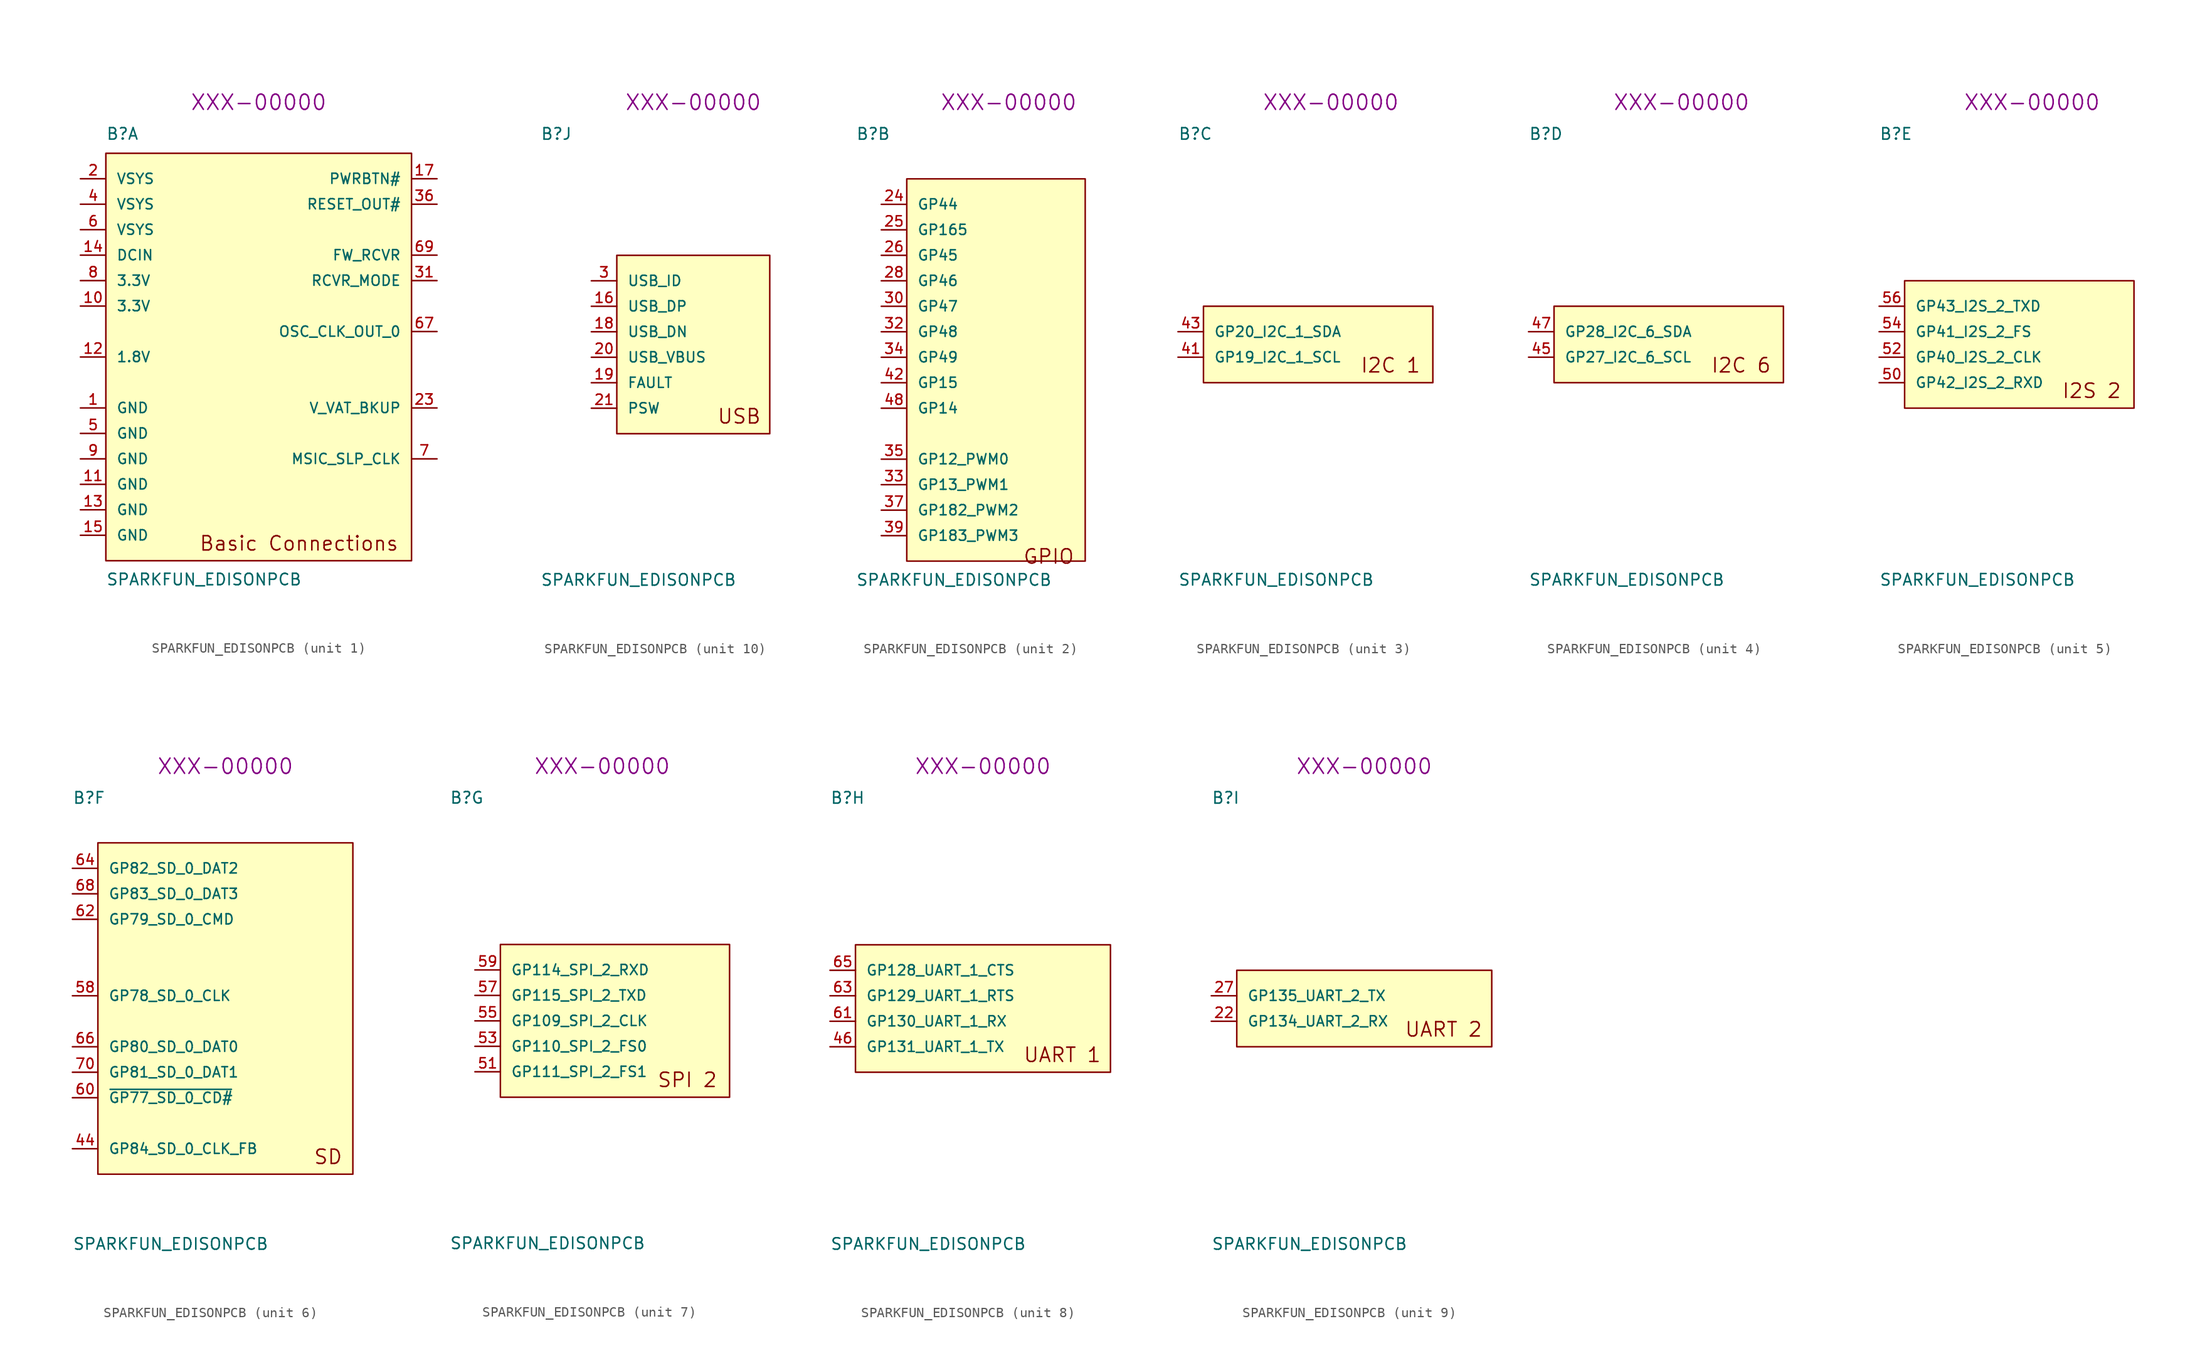
<source format=kicad_sym>
(kicad_symbol_lib
  (version 20220914)
  (generator kicad_symbol_editor)
  (symbol "SPARKFUN_EDISONPCB"
    (pin_names
      (offset 1.016))
    (property "Reference" "B"
      (at -15.24 21.59 0)
      (effects (font (size 1.143 1.143)) (justify left bottom)))
    (property "Value" "SPARKFUN_EDISONPCB"
      (at -15.24 -22.86 0)
      (effects (font (size 1.143 1.143)) (justify left bottom)))
    (property "Field4" "XXX-00000"
      (at 0 25.4 0)
      (effects (font (size 1.524 1.524))))
    (property "ki_locked" ""
      (at 0 0 0)
      (effects (font (size 1.27 1.27))))
    (symbol "SPARKFUN_EDISONPCB_1_0"
      (text "Basic Connections" (at 4.013 -18.593 0) (effects (font (size 1.422 1.422)))))
    (symbol "SPARKFUN_EDISONPCB_1_1"
      (polyline (pts (xy -15.24 20.32) (xy 15.24 20.32) (xy 15.24 -20.32) (xy -15.24 -20.32) (xy -15.24 20.32)) (stroke (width 0) (type solid)) (fill (type background)))
      (pin power_in line (at -17.78 -5.08 0) (length 2.54) (name "GND" (effects (font (size 1.016 1.016)))) (number "1" (effects (font (size 1.016 1.016)))))
      (pin power_in line (at -17.78 5.08 0) (length 2.54) (name "3.3V" (effects (font (size 1.016 1.016)))) (number "10" (effects (font (size 1.016 1.016)))))
      (pin power_in line (at -17.78 -12.7 0) (length 2.54) (name "GND" (effects (font (size 1.016 1.016)))) (number "11" (effects (font (size 1.016 1.016)))))
      (pin power_in line (at -17.78 0 0) (length 2.54) (name "1.8V" (effects (font (size 1.016 1.016)))) (number "12" (effects (font (size 1.016 1.016)))))
      (pin power_in line (at -17.78 -15.24 0) (length 2.54) (name "GND" (effects (font (size 1.016 1.016)))) (number "13" (effects (font (size 1.016 1.016)))))
      (pin power_in line (at -17.78 10.16 0) (length 2.54) (name "DCIN" (effects (font (size 1.016 1.016)))) (number "14" (effects (font (size 1.016 1.016)))))
      (pin power_in line (at -17.78 -17.78 0) (length 2.54) (name "GND" (effects (font (size 1.016 1.016)))) (number "15" (effects (font (size 1.016 1.016)))))
      (pin bidirectional line (at 17.78 17.78 180) (length 2.54) (name "PWRBTN#" (effects (font (size 1.016 1.016)))) (number "17" (effects (font (size 1.016 1.016)))))
      (pin power_in line (at -17.78 17.78 0) (length 2.54) (name "VSYS" (effects (font (size 1.016 1.016)))) (number "2" (effects (font (size 1.016 1.016)))))
      (pin power_in line (at 17.78 -5.08 180) (length 2.54) (name "V_VAT_BKUP" (effects (font (size 1.016 1.016)))) (number "23" (effects (font (size 1.016 1.016)))))
      (pin bidirectional line (at 17.78 7.62 180) (length 2.54) (name "RCVR_MODE" (effects (font (size 1.016 1.016)))) (number "31" (effects (font (size 1.016 1.016)))))
      (pin bidirectional line (at 17.78 15.24 180) (length 2.54) (name "RESET_OUT#" (effects (font (size 1.016 1.016)))) (number "36" (effects (font (size 1.016 1.016)))))
      (pin power_in line (at -17.78 15.24 0) (length 2.54) (name "VSYS" (effects (font (size 1.016 1.016)))) (number "4" (effects (font (size 1.016 1.016)))))
      (pin power_in line (at -17.78 -7.62 0) (length 2.54) (name "GND" (effects (font (size 1.016 1.016)))) (number "5" (effects (font (size 1.016 1.016)))))
      (pin power_in line (at -17.78 12.7 0) (length 2.54) (name "VSYS" (effects (font (size 1.016 1.016)))) (number "6" (effects (font (size 1.016 1.016)))))
      (pin bidirectional line (at 17.78 2.54 180) (length 2.54) (name "OSC_CLK_OUT_0" (effects (font (size 1.016 1.016)))) (number "67" (effects (font (size 1.016 1.016)))))
      (pin bidirectional line (at 17.78 10.16 180) (length 2.54) (name "FW_RCVR" (effects (font (size 1.016 1.016)))) (number "69" (effects (font (size 1.016 1.016)))))
      (pin bidirectional line (at 17.78 -10.16 180) (length 2.54) (name "MSIC_SLP_CLK" (effects (font (size 1.016 1.016)))) (number "7" (effects (font (size 1.016 1.016)))))
      (pin power_in line (at -17.78 7.62 0) (length 2.54) (name "3.3V" (effects (font (size 1.016 1.016)))) (number "8" (effects (font (size 1.016 1.016)))))
      (pin power_in line (at -17.78 -10.16 0) (length 2.54) (name "GND" (effects (font (size 1.016 1.016)))) (number "9" (effects (font (size 1.016 1.016))))))
    (symbol "SPARKFUN_EDISONPCB_2_0"
      (text "GPIO" (at 3.988 -19.863 0) (effects (font (size 1.422 1.422)))))
    (symbol "SPARKFUN_EDISONPCB_2_1"
      (polyline (pts (xy -10.16 17.78) (xy 7.62 17.78) (xy 7.62 -20.32) (xy -10.16 -20.32) (xy -10.16 17.78)) (stroke (width 0) (type solid)) (fill (type background)))
      (pin bidirectional line (at -12.7 15.24 0) (length 2.54) (name "GP44" (effects (font (size 1.016 1.016)))) (number "24" (effects (font (size 1.016 1.016)))))
      (pin bidirectional line (at -12.7 12.7 0) (length 2.54) (name "GP165" (effects (font (size 1.016 1.016)))) (number "25" (effects (font (size 1.016 1.016)))))
      (pin bidirectional line (at -12.7 10.16 0) (length 2.54) (name "GP45" (effects (font (size 1.016 1.016)))) (number "26" (effects (font (size 1.016 1.016)))))
      (pin bidirectional line (at -12.7 7.62 0) (length 2.54) (name "GP46" (effects (font (size 1.016 1.016)))) (number "28" (effects (font (size 1.016 1.016)))))
      (pin bidirectional line (at -12.7 5.08 0) (length 2.54) (name "GP47" (effects (font (size 1.016 1.016)))) (number "30" (effects (font (size 1.016 1.016)))))
      (pin bidirectional line (at -12.7 2.54 0) (length 2.54) (name "GP48" (effects (font (size 1.016 1.016)))) (number "32" (effects (font (size 1.016 1.016)))))
      (pin bidirectional line (at -12.7 -12.7 0) (length 2.54) (name "GP13_PWM1" (effects (font (size 1.016 1.016)))) (number "33" (effects (font (size 1.016 1.016)))))
      (pin bidirectional line (at -12.7 0 0) (length 2.54) (name "GP49" (effects (font (size 1.016 1.016)))) (number "34" (effects (font (size 1.016 1.016)))))
      (pin bidirectional line (at -12.7 -10.16 0) (length 2.54) (name "GP12_PWM0" (effects (font (size 1.016 1.016)))) (number "35" (effects (font (size 1.016 1.016)))))
      (pin bidirectional line (at -12.7 -15.24 0) (length 2.54) (name "GP182_PWM2" (effects (font (size 1.016 1.016)))) (number "37" (effects (font (size 1.016 1.016)))))
      (pin bidirectional line (at -12.7 -17.78 0) (length 2.54) (name "GP183_PWM3" (effects (font (size 1.016 1.016)))) (number "39" (effects (font (size 1.016 1.016)))))
      (pin bidirectional line (at -12.7 -2.54 0) (length 2.54) (name "GP15" (effects (font (size 1.016 1.016)))) (number "42" (effects (font (size 1.016 1.016)))))
      (pin bidirectional line (at -12.7 -5.08 0) (length 2.54) (name "GP14" (effects (font (size 1.016 1.016)))) (number "48" (effects (font (size 1.016 1.016))))))
    (symbol "SPARKFUN_EDISONPCB_3_0"
      (text "I2C 1" (at 5.944 -0.813 0) (effects (font (size 1.422 1.422)))))
    (symbol "SPARKFUN_EDISONPCB_3_1"
      (polyline (pts (xy -12.7 5.08) (xy 10.16 5.08) (xy 10.16 -2.54) (xy -12.7 -2.54) (xy -12.7 5.08)) (stroke (width 0) (type solid)) (fill (type background)))
      (pin bidirectional line (at -15.24 0 0) (length 2.54) (name "GP19_I2C_1_SCL" (effects (font (size 1.016 1.016)))) (number "41" (effects (font (size 1.016 1.016)))))
      (pin bidirectional line (at -15.24 2.54 0) (length 2.54) (name "GP20_I2C_1_SDA" (effects (font (size 1.016 1.016)))) (number "43" (effects (font (size 1.016 1.016))))))
    (symbol "SPARKFUN_EDISONPCB_4_0"
      (text "I2C 6" (at 5.944 -0.813 0) (effects (font (size 1.422 1.422)))))
    (symbol "SPARKFUN_EDISONPCB_4_1"
      (polyline (pts (xy -12.7 5.08) (xy 10.16 5.08) (xy 10.16 -2.54) (xy -12.7 -2.54) (xy -12.7 5.08)) (stroke (width 0) (type solid)) (fill (type background)))
      (pin bidirectional line (at -15.24 0 0) (length 2.54) (name "GP27_I2C_6_SCL" (effects (font (size 1.016 1.016)))) (number "45" (effects (font (size 1.016 1.016)))))
      (pin bidirectional line (at -15.24 2.54 0) (length 2.54) (name "GP28_I2C_6_SDA" (effects (font (size 1.016 1.016)))) (number "47" (effects (font (size 1.016 1.016))))))
    (symbol "SPARKFUN_EDISONPCB_5_0"
      (text "I2S 2" (at 5.944 -3.353 0) (effects (font (size 1.422 1.422)))))
    (symbol "SPARKFUN_EDISONPCB_5_1"
      (polyline (pts (xy -12.7 7.62) (xy 10.16 7.62) (xy 10.16 -5.08) (xy -12.7 -5.08) (xy -12.7 7.62)) (stroke (width 0) (type solid)) (fill (type background)))
      (pin bidirectional line (at -15.24 -2.54 0) (length 2.54) (name "GP42_I2S_2_RXD" (effects (font (size 1.016 1.016)))) (number "50" (effects (font (size 1.016 1.016)))))
      (pin bidirectional line (at -15.24 0 0) (length 2.54) (name "GP40_I2S_2_CLK" (effects (font (size 1.016 1.016)))) (number "52" (effects (font (size 1.016 1.016)))))
      (pin bidirectional line (at -15.24 2.54 0) (length 2.54) (name "GP41_I2S_2_FS" (effects (font (size 1.016 1.016)))) (number "54" (effects (font (size 1.016 1.016)))))
      (pin bidirectional line (at -15.24 5.08 0) (length 2.54) (name "GP43_I2S_2_TXD" (effects (font (size 1.016 1.016)))) (number "56" (effects (font (size 1.016 1.016))))))
    (symbol "SPARKFUN_EDISONPCB_6_0"
      (text "SD" (at 10.236 -13.513 0) (effects (font (size 1.422 1.422)))))
    (symbol "SPARKFUN_EDISONPCB_6_1"
      (polyline (pts (xy -12.7 17.78) (xy 12.7 17.78) (xy 12.7 -15.24) (xy -12.7 -15.24) (xy -12.7 17.78)) (stroke (width 0) (type solid)) (fill (type background)))
      (pin bidirectional line (at -15.24 -12.7 0) (length 2.54) (name "GP84_SD_0_CLK_FB" (effects (font (size 1.016 1.016)))) (number "44" (effects (font (size 1.016 1.016)))))
      (pin bidirectional line (at -15.24 2.54 0) (length 2.54) (name "GP78_SD_0_CLK" (effects (font (size 1.016 1.016)))) (number "58" (effects (font (size 1.016 1.016)))))
      (pin bidirectional line (at -15.24 -7.62 0) (length 2.54) (name "~{GP77_SD_0_CD#}" (effects (font (size 1.016 1.016)))) (number "60" (effects (font (size 1.016 1.016)))))
      (pin bidirectional line (at -15.24 10.16 0) (length 2.54) (name "GP79_SD_0_CMD" (effects (font (size 1.016 1.016)))) (number "62" (effects (font (size 1.016 1.016)))))
      (pin bidirectional line (at -15.24 15.24 0) (length 2.54) (name "GP82_SD_0_DAT2" (effects (font (size 1.016 1.016)))) (number "64" (effects (font (size 1.016 1.016)))))
      (pin bidirectional line (at -15.24 -2.54 0) (length 2.54) (name "GP80_SD_0_DAT0" (effects (font (size 1.016 1.016)))) (number "66" (effects (font (size 1.016 1.016)))))
      (pin bidirectional line (at -15.24 12.7 0) (length 2.54) (name "GP83_SD_0_DAT3" (effects (font (size 1.016 1.016)))) (number "68" (effects (font (size 1.016 1.016)))))
      (pin bidirectional line (at -15.24 -5.08 0) (length 2.54) (name "GP81_SD_0_DAT1" (effects (font (size 1.016 1.016)))) (number "70" (effects (font (size 1.016 1.016))))))
    (symbol "SPARKFUN_EDISONPCB_7_0"
      (text "SPI 2" (at 8.484 -5.893 0) (effects (font (size 1.422 1.422)))))
    (symbol "SPARKFUN_EDISONPCB_7_1"
      (polyline (pts (xy -10.16 7.62) (xy 12.7 7.62) (xy 12.7 -7.62) (xy -10.16 -7.62) (xy -10.16 7.62)) (stroke (width 0) (type solid)) (fill (type background)))
      (pin bidirectional line (at -12.7 -5.08 0) (length 2.54) (name "GP111_SPI_2_FS1" (effects (font (size 1.016 1.016)))) (number "51" (effects (font (size 1.016 1.016)))))
      (pin bidirectional line (at -12.7 -2.54 0) (length 2.54) (name "GP110_SPI_2_FS0" (effects (font (size 1.016 1.016)))) (number "53" (effects (font (size 1.016 1.016)))))
      (pin bidirectional line (at -12.7 0 0) (length 2.54) (name "GP109_SPI_2_CLK" (effects (font (size 1.016 1.016)))) (number "55" (effects (font (size 1.016 1.016)))))
      (pin bidirectional line (at -12.7 2.54 0) (length 2.54) (name "GP115_SPI_2_TXD" (effects (font (size 1.016 1.016)))) (number "57" (effects (font (size 1.016 1.016)))))
      (pin bidirectional line (at -12.7 5.08 0) (length 2.54) (name "GP114_SPI_2_RXD" (effects (font (size 1.016 1.016)))) (number "59" (effects (font (size 1.016 1.016))))))
    (symbol "SPARKFUN_EDISONPCB_8_0"
      (text "UART 1" (at 7.899 -3.353 0) (effects (font (size 1.422 1.422)))))
    (symbol "SPARKFUN_EDISONPCB_8_1"
      (polyline (pts (xy -12.7 7.62) (xy 12.7 7.62) (xy 12.7 -5.08) (xy -12.7 -5.08) (xy -12.7 7.62)) (stroke (width 0) (type solid)) (fill (type background)))
      (pin bidirectional line (at -15.24 -2.54 0) (length 2.54) (name "GP131_UART_1_TX" (effects (font (size 1.016 1.016)))) (number "46" (effects (font (size 1.016 1.016)))))
      (pin bidirectional line (at -15.24 0 0) (length 2.54) (name "GP130_UART_1_RX" (effects (font (size 1.016 1.016)))) (number "61" (effects (font (size 1.016 1.016)))))
      (pin bidirectional line (at -15.24 2.54 0) (length 2.54) (name "GP129_UART_1_RTS" (effects (font (size 1.016 1.016)))) (number "63" (effects (font (size 1.016 1.016)))))
      (pin bidirectional line (at -15.24 5.08 0) (length 2.54) (name "GP128_UART_1_CTS" (effects (font (size 1.016 1.016)))) (number "65" (effects (font (size 1.016 1.016))))))
    (symbol "SPARKFUN_EDISONPCB_9_0"
      (text "UART 2" (at 7.899 -0.813 0) (effects (font (size 1.422 1.422)))))
    (symbol "SPARKFUN_EDISONPCB_9_1"
      (polyline (pts (xy -12.7 5.08) (xy 12.7 5.08) (xy 12.7 -2.54) (xy -12.7 -2.54) (xy -12.7 5.08)) (stroke (width 0) (type solid)) (fill (type background)))
      (pin bidirectional line (at -15.24 0 0) (length 2.54) (name "GP134_UART_2_RX" (effects (font (size 1.016 1.016)))) (number "22" (effects (font (size 1.016 1.016)))))
      (pin bidirectional line (at -15.24 2.54 0) (length 2.54) (name "GP135_UART_2_TX" (effects (font (size 1.016 1.016)))) (number "27" (effects (font (size 1.016 1.016))))))
    (symbol "SPARKFUN_EDISONPCB_10_0"
      (text "USB" (at 4.572 -5.893 0) (effects (font (size 1.422 1.422)))))
    (symbol "SPARKFUN_EDISONPCB_10_1"
      (polyline (pts (xy -7.62 10.16) (xy 7.62 10.16) (xy 7.62 -7.62) (xy -7.62 -7.62) (xy -7.62 10.16)) (stroke (width 0) (type solid)) (fill (type background)))
      (pin bidirectional line (at -10.16 5.08 0) (length 2.54) (name "USB_DP" (effects (font (size 1.016 1.016)))) (number "16" (effects (font (size 1.016 1.016)))))
      (pin bidirectional line (at -10.16 2.54 0) (length 2.54) (name "USB_DN" (effects (font (size 1.016 1.016)))) (number "18" (effects (font (size 1.016 1.016)))))
      (pin bidirectional line (at -10.16 -2.54 0) (length 2.54) (name "FAULT" (effects (font (size 1.016 1.016)))) (number "19" (effects (font (size 1.016 1.016)))))
      (pin bidirectional line (at -10.16 0 0) (length 2.54) (name "USB_VBUS" (effects (font (size 1.016 1.016)))) (number "20" (effects (font (size 1.016 1.016)))))
      (pin bidirectional line (at -10.16 -5.08 0) (length 2.54) (name "PSW" (effects (font (size 1.016 1.016)))) (number "21" (effects (font (size 1.016 1.016)))))
      (pin bidirectional line (at -10.16 7.62 0) (length 2.54) (name "USB_ID" (effects (font (size 1.016 1.016)))) (number "3" (effects (font (size 1.016 1.016))))))))
</source>
